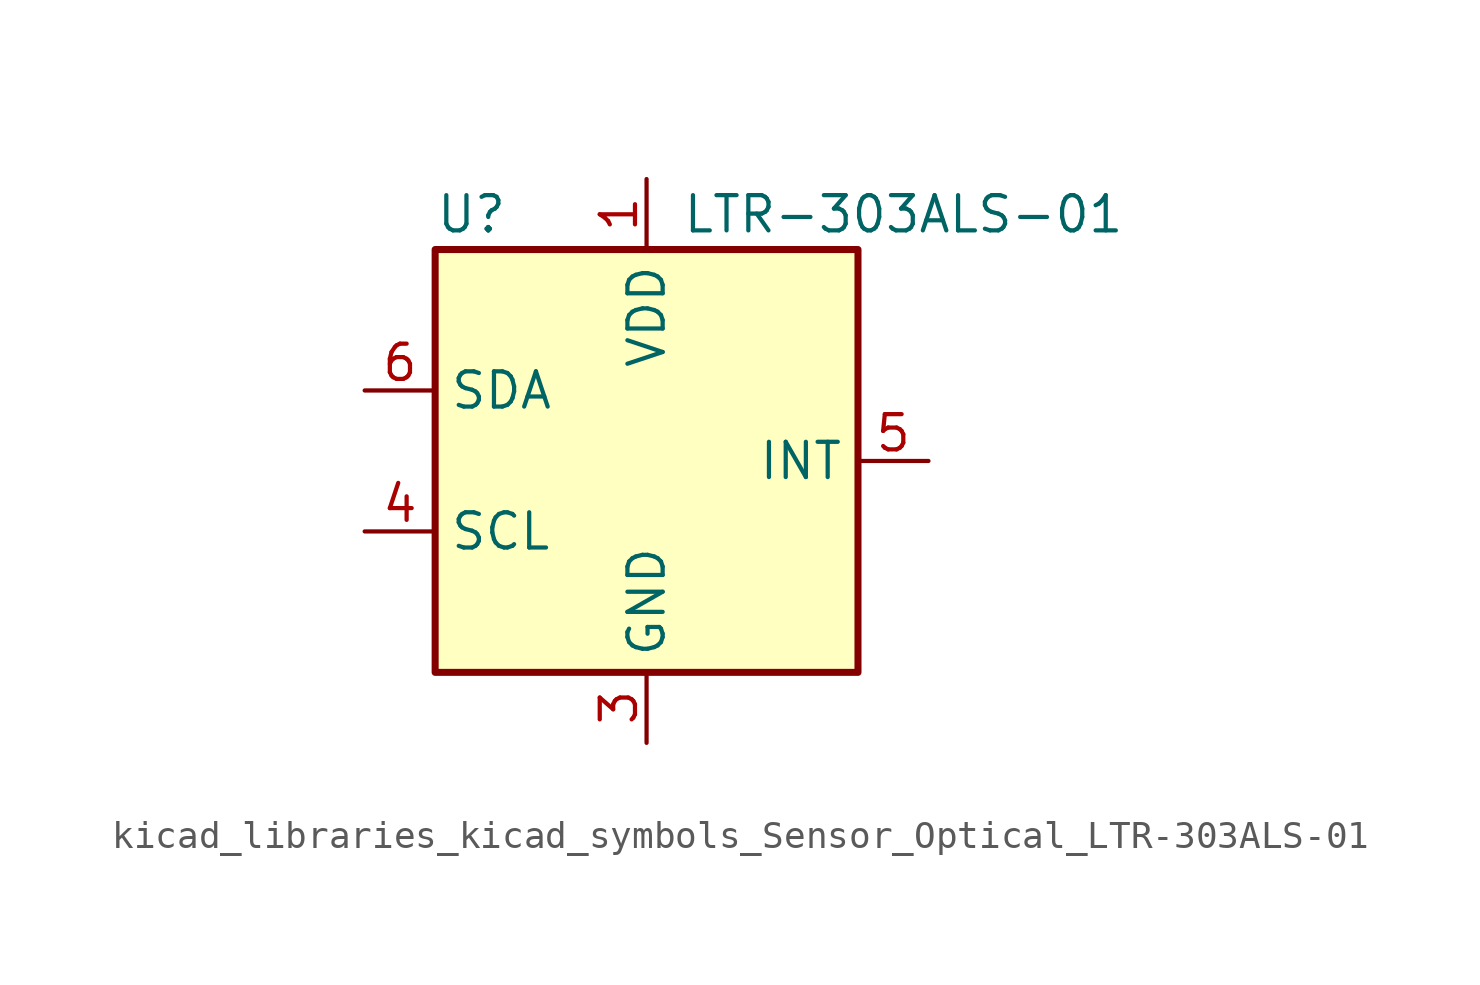
<source format=kicad_sym>
(kicad_symbol_lib
  (version 20220914)
  (generator kicad_symbol_editor)
  (symbol "kicad_libraries_kicad_symbols_Sensor_Optical_LTR-303ALS-01"
    (property "Reference" "U"
      (at -7.62 8.89 0)
      (effects (font (size 1.27 1.27)) (justify left)))
    (property "Value" "LTR-303ALS-01"
      (at 1.27 8.89 0)
      (effects (font (size 1.27 1.27)) (justify left)))
    (symbol "kicad_libraries_kicad_symbols_Sensor_Optical_LTR-303ALS-01_0_1"
      (rectangle (start -7.62 7.62) (end 7.62 -7.62) (stroke (width 0.254) (type default)) (fill (type background))))
    (symbol "kicad_libraries_kicad_symbols_Sensor_Optical_LTR-303ALS-01_1_1"
      (pin power_in line (at 0 10.16 270) (length 2.54) (name "VDD" (effects (font (size 1.27 1.27)))) (number "1" (effects (font (size 1.27 1.27)))))
      (pin no_connect line (at 2.54 0 180) (length 2.54) hide (name "NC" (effects (font (size 1.27 1.27)))) (number "2" (effects (font (size 1.27 1.27)))))
      (pin power_in line (at 0 -10.16 90) (length 2.54) (name "GND" (effects (font (size 1.27 1.27)))) (number "3" (effects (font (size 1.27 1.27)))))
      (pin input line (at -10.16 -2.54 0) (length 2.54) (name "SCL" (effects (font (size 1.27 1.27)))) (number "4" (effects (font (size 1.27 1.27)))))
      (pin open_collector line (at 10.16 0 180) (length 2.54) (name "INT" (effects (font (size 1.27 1.27)))) (number "5" (effects (font (size 1.27 1.27)))))
      (pin bidirectional line (at -10.16 2.54 0) (length 2.54) (name "SDA" (effects (font (size 1.27 1.27)))) (number "6" (effects (font (size 1.27 1.27))))))))
</source>
